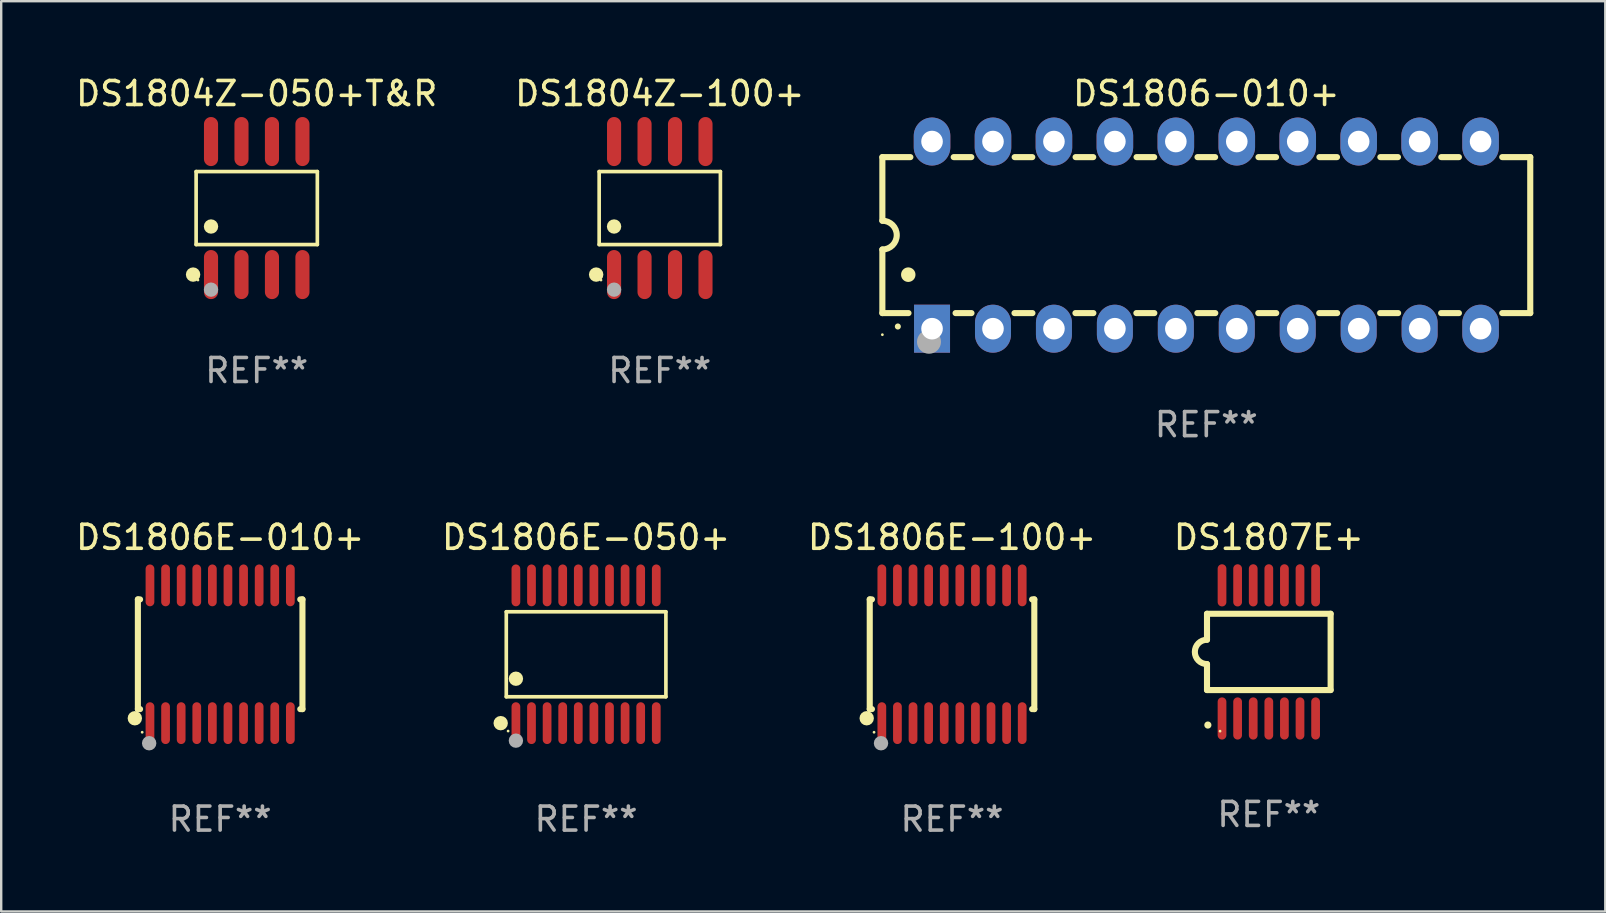
<source format=kicad_pcb>
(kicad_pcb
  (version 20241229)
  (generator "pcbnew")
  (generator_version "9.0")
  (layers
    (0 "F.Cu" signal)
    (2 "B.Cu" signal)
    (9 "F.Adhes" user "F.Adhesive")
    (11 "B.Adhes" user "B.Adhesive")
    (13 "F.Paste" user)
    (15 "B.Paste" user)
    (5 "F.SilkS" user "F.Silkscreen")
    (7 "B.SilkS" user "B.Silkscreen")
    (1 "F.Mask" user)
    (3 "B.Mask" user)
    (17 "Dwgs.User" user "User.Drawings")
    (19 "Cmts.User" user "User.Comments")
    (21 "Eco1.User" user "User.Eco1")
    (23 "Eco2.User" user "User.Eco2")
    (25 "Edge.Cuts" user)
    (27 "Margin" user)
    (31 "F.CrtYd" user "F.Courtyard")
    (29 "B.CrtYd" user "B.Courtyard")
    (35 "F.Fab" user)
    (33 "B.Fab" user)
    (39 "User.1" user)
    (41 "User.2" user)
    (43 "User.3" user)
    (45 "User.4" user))
  (footprint "DS1806E-100+"
    (layer "F.Cu")
    (at 36.625 24.216)
    (property "Reference" "DS1806E-100+" (at 0 -4.871 0) (layer "F.SilkS") (effects (font (size 1 1) (thickness 0.15))))
    (attr through_hole)
    (fp_line (start -3.429 -2.286) (end -3.429 2.286) (stroke (width 0.254) (type solid)) (layer "F.SilkS"))
    (fp_line (start -3.429 2.286) (end -3.338 2.286) (stroke (width 0.254) (type solid)) (layer "F.SilkS"))
    (fp_line (start -3.338 -2.286) (end -3.429 -2.286) (stroke (width 0.254) (type solid)) (layer "F.SilkS"))
    (fp_line (start 3.338 -2.286) (end 3.429 -2.286) (stroke (width 0.254) (type solid)) (layer "F.SilkS"))
    (fp_line (start 3.429 -2.286) (end 3.429 2.286) (stroke (width 0.254) (type solid)) (layer "F.SilkS"))
    (fp_line (start 3.429 2.286) (end 3.338 2.286) (stroke (width 0.254) (type solid)) (layer "F.SilkS"))
    (fp_circle (center -3.556 2.667) (end -3.406 2.667) (stroke (width 0.3) (type solid)) (fill no) (layer "F.SilkS"))
    (fp_circle (center -3.25 3.25) (end -3.22 3.25) (stroke (width 0.06) (type solid)) (fill no) (layer "F.SilkS"))
    (fp_circle (center -2.959 3.707) (end -2.808 3.707) (stroke (width 0.3) (type solid)) (fill no) (layer "F.Fab"))
    (fp_text user "REF**" (at 0 6.871 0) (layer "F.Fab") (effects (font (size 1 1) (thickness 0.15))))
    (pad "1" smd oval (at -2.925 2.871) (size 0.364 1.742) (layers "F.Cu" "F.Mask" "F.Paste"))
    (pad "2" smd oval (at -2.275 2.871) (size 0.364 1.742) (layers "F.Cu" "F.Mask" "F.Paste"))
    (pad "3" smd oval (at -1.625 2.871) (size 0.364 1.742) (layers "F.Cu" "F.Mask" "F.Paste"))
    (pad "4" smd oval (at -0.975 2.871) (size 0.364 1.742) (layers "F.Cu" "F.Mask" "F.Paste"))
    (pad "5" smd oval (at -0.325 2.871) (size 0.364 1.742) (layers "F.Cu" "F.Mask" "F.Paste"))
    (pad "6" smd oval (at 0.325 2.871) (size 0.364 1.742) (layers "F.Cu" "F.Mask" "F.Paste"))
    (pad "7" smd oval (at 0.975 2.871) (size 0.364 1.742) (layers "F.Cu" "F.Mask" "F.Paste"))
    (pad "8" smd oval (at 1.625 2.871) (size 0.364 1.742) (layers "F.Cu" "F.Mask" "F.Paste"))
    (pad "9" smd oval (at 2.275 2.871) (size 0.364 1.742) (layers "F.Cu" "F.Mask" "F.Paste"))
    (pad "10" smd oval (at 2.925 2.871) (size 0.364 1.742) (layers "F.Cu" "F.Mask" "F.Paste"))
    (pad "11" smd oval (at 2.925 -2.871) (size 0.364 1.742) (layers "F.Cu" "F.Mask" "F.Paste"))
    (pad "12" smd oval (at 2.275 -2.871) (size 0.364 1.742) (layers "F.Cu" "F.Mask" "F.Paste"))
    (pad "13" smd oval (at 1.625 -2.871) (size 0.364 1.742) (layers "F.Cu" "F.Mask" "F.Paste"))
    (pad "14" smd oval (at 0.975 -2.871) (size 0.364 1.742) (layers "F.Cu" "F.Mask" "F.Paste"))
    (pad "15" smd oval (at 0.325 -2.871) (size 0.364 1.742) (layers "F.Cu" "F.Mask" "F.Paste"))
    (pad "16" smd oval (at -0.325 -2.871) (size 0.364 1.742) (layers "F.Cu" "F.Mask" "F.Paste"))
    (pad "17" smd oval (at -0.975 -2.871) (size 0.364 1.742) (layers "F.Cu" "F.Mask" "F.Paste"))
    (pad "18" smd oval (at -1.625 -2.871) (size 0.364 1.742) (layers "F.Cu" "F.Mask" "F.Paste"))
    (pad "19" smd oval (at -2.275 -2.871) (size 0.364 1.742) (layers "F.Cu" "F.Mask" "F.Paste"))
    (pad "20" smd oval (at -2.925 -2.871) (size 0.364 1.742) (layers "F.Cu" "F.Mask" "F.Paste")))
  (footprint "DS1804Z-050+T&R"
    (layer "F.Cu")
    (at 7.649 5.621)
    (property "Reference" "DS1804Z-050+T&R" (at 0 -4.772 0) (layer "F.SilkS") (effects (font (size 1 1) (thickness 0.15))))
    (attr through_hole)
    (fp_line (start -2.526 -1.521) (end 2.526 -1.521) (stroke (width 0.152) (type solid)) (layer "F.SilkS"))
    (fp_line (start -2.526 1.521) (end -2.526 -1.521) (stroke (width 0.152) (type solid)) (layer "F.SilkS"))
    (fp_line (start 2.526 -1.521) (end 2.526 1.521) (stroke (width 0.152) (type solid)) (layer "F.SilkS"))
    (fp_line (start 2.526 1.521) (end -2.526 1.521) (stroke (width 0.152) (type solid)) (layer "F.SilkS"))
    (fp_circle (center -2.652 2.772) (end -2.501 2.772) (stroke (width 0.3) (type solid)) (fill no) (layer "F.SilkS"))
    (fp_circle (center -2.45 3) (end -2.42 3) (stroke (width 0.06) (type solid)) (fill no) (layer "F.SilkS"))
    (fp_circle (center -1.905 0.769) (end -1.755 0.769) (stroke (width 0.3) (type solid)) (fill no) (layer "F.SilkS"))
    (fp_circle (center -1.905 3.4) (end -1.755 3.4) (stroke (width 0.3) (type solid)) (fill no) (layer "F.Fab"))
    (fp_text user "REF**" (at 0 6.772 0) (layer "F.Fab") (effects (font (size 1 1) (thickness 0.15))))
    (pad "1" smd oval (at -1.905 2.772) (size 0.588 2.045) (layers "F.Cu" "F.Mask" "F.Paste"))
    (pad "2" smd oval (at -0.635 2.772) (size 0.588 2.045) (layers "F.Cu" "F.Mask" "F.Paste"))
    (pad "3" smd oval (at 0.635 2.772) (size 0.588 2.045) (layers "F.Cu" "F.Mask" "F.Paste"))
    (pad "4" smd oval (at 1.905 2.772) (size 0.588 2.045) (layers "F.Cu" "F.Mask" "F.Paste"))
    (pad "5" smd oval (at 1.905 -2.772) (size 0.588 2.045) (layers "F.Cu" "F.Mask" "F.Paste"))
    (pad "6" smd oval (at 0.635 -2.772) (size 0.588 2.045) (layers "F.Cu" "F.Mask" "F.Paste"))
    (pad "7" smd oval (at -0.635 -2.772) (size 0.588 2.045) (layers "F.Cu" "F.Mask" "F.Paste"))
    (pad "8" smd oval (at -1.905 -2.772) (size 0.588 2.045) (layers "F.Cu" "F.Mask" "F.Paste")))
  (footprint "DS1806E-010+"
    (layer "F.Cu")
    (at 6.125 24.216)
    (property "Reference" "DS1806E-010+" (at 0 -4.871 0) (layer "F.SilkS") (effects (font (size 1 1) (thickness 0.15))))
    (attr through_hole)
    (fp_line (start -3.429 -2.286) (end -3.429 2.286) (stroke (width 0.254) (type solid)) (layer "F.SilkS"))
    (fp_line (start -3.429 2.286) (end -3.338 2.286) (stroke (width 0.254) (type solid)) (layer "F.SilkS"))
    (fp_line (start -3.338 -2.286) (end -3.429 -2.286) (stroke (width 0.254) (type solid)) (layer "F.SilkS"))
    (fp_line (start 3.338 -2.286) (end 3.429 -2.286) (stroke (width 0.254) (type solid)) (layer "F.SilkS"))
    (fp_line (start 3.429 -2.286) (end 3.429 2.286) (stroke (width 0.254) (type solid)) (layer "F.SilkS"))
    (fp_line (start 3.429 2.286) (end 3.338 2.286) (stroke (width 0.254) (type solid)) (layer "F.SilkS"))
    (fp_circle (center -3.556 2.667) (end -3.406 2.667) (stroke (width 0.3) (type solid)) (fill no) (layer "F.SilkS"))
    (fp_circle (center -3.25 3.25) (end -3.22 3.25) (stroke (width 0.06) (type solid)) (fill no) (layer "F.SilkS"))
    (fp_circle (center -2.959 3.707) (end -2.808 3.707) (stroke (width 0.3) (type solid)) (fill no) (layer "F.Fab"))
    (fp_text user "REF**" (at 0 6.871 0) (layer "F.Fab") (effects (font (size 1 1) (thickness 0.15))))
    (pad "1" smd oval (at -2.925 2.871) (size 0.364 1.742) (layers "F.Cu" "F.Mask" "F.Paste"))
    (pad "2" smd oval (at -2.275 2.871) (size 0.364 1.742) (layers "F.Cu" "F.Mask" "F.Paste"))
    (pad "3" smd oval (at -1.625 2.871) (size 0.364 1.742) (layers "F.Cu" "F.Mask" "F.Paste"))
    (pad "4" smd oval (at -0.975 2.871) (size 0.364 1.742) (layers "F.Cu" "F.Mask" "F.Paste"))
    (pad "5" smd oval (at -0.325 2.871) (size 0.364 1.742) (layers "F.Cu" "F.Mask" "F.Paste"))
    (pad "6" smd oval (at 0.325 2.871) (size 0.364 1.742) (layers "F.Cu" "F.Mask" "F.Paste"))
    (pad "7" smd oval (at 0.975 2.871) (size 0.364 1.742) (layers "F.Cu" "F.Mask" "F.Paste"))
    (pad "8" smd oval (at 1.625 2.871) (size 0.364 1.742) (layers "F.Cu" "F.Mask" "F.Paste"))
    (pad "9" smd oval (at 2.275 2.871) (size 0.364 1.742) (layers "F.Cu" "F.Mask" "F.Paste"))
    (pad "10" smd oval (at 2.925 2.871) (size 0.364 1.742) (layers "F.Cu" "F.Mask" "F.Paste"))
    (pad "11" smd oval (at 2.925 -2.871) (size 0.364 1.742) (layers "F.Cu" "F.Mask" "F.Paste"))
    (pad "12" smd oval (at 2.275 -2.871) (size 0.364 1.742) (layers "F.Cu" "F.Mask" "F.Paste"))
    (pad "13" smd oval (at 1.625 -2.871) (size 0.364 1.742) (layers "F.Cu" "F.Mask" "F.Paste"))
    (pad "14" smd oval (at 0.975 -2.871) (size 0.364 1.742) (layers "F.Cu" "F.Mask" "F.Paste"))
    (pad "15" smd oval (at 0.325 -2.871) (size 0.364 1.742) (layers "F.Cu" "F.Mask" "F.Paste"))
    (pad "16" smd oval (at -0.325 -2.871) (size 0.364 1.742) (layers "F.Cu" "F.Mask" "F.Paste"))
    (pad "17" smd oval (at -0.975 -2.871) (size 0.364 1.742) (layers "F.Cu" "F.Mask" "F.Paste"))
    (pad "18" smd oval (at -1.625 -2.871) (size 0.364 1.742) (layers "F.Cu" "F.Mask" "F.Paste"))
    (pad "19" smd oval (at -2.275 -2.871) (size 0.364 1.742) (layers "F.Cu" "F.Mask" "F.Paste"))
    (pad "20" smd oval (at -2.925 -2.871) (size 0.364 1.742) (layers "F.Cu" "F.Mask" "F.Paste")))
  (footprint "DS1806-010+"
    (layer "F.Cu")
    (at 47.222 6.748)
    (property "Reference" "DS1806-010+" (at 0 -5.9 0) (layer "F.SilkS") (effects (font (size 1 1) (thickness 0.15))))
    (attr through_hole)
    (fp_line (start -13.5 -3.25) (end -12.333 -3.25) (stroke (width 0.254) (type solid)) (layer "F.SilkS"))
    (fp_line (start -13.5 -0.6) (end -13.5 -3.25) (stroke (width 0.254) (type solid)) (layer "F.SilkS"))
    (fp_line (start -13.5 3.25) (end -13.5 0.6) (stroke (width 0.254) (type solid)) (layer "F.SilkS"))
    (fp_line (start -13.5 3.25) (end -12.411 3.25) (stroke (width 0.254) (type solid)) (layer "F.SilkS"))
    (fp_line (start -10.527 -3.25) (end -9.793 -3.25) (stroke (width 0.254) (type solid)) (layer "F.SilkS"))
    (fp_line (start -10.449 3.25) (end -9.786 3.25) (stroke (width 0.254) (type solid)) (layer "F.SilkS"))
    (fp_line (start -7.994 3.25) (end -7.246 3.25) (stroke (width 0.254) (type solid)) (layer "F.SilkS"))
    (fp_line (start -7.987 -3.25) (end -7.253 -3.25) (stroke (width 0.254) (type solid)) (layer "F.SilkS"))
    (fp_line (start -5.454 3.25) (end -4.706 3.25) (stroke (width 0.254) (type solid)) (layer "F.SilkS"))
    (fp_line (start -5.447 -3.25) (end -4.713 -3.25) (stroke (width 0.254) (type solid)) (layer "F.SilkS"))
    (fp_line (start -2.914 3.25) (end -2.166 3.25) (stroke (width 0.254) (type solid)) (layer "F.SilkS"))
    (fp_line (start -2.907 -3.25) (end -2.173 -3.25) (stroke (width 0.254) (type solid)) (layer "F.SilkS"))
    (fp_line (start -0.374 3.25) (end 0.374 3.25) (stroke (width 0.254) (type solid)) (layer "F.SilkS"))
    (fp_line (start -0.367 -3.25) (end 0.367 -3.25) (stroke (width 0.254) (type solid)) (layer "F.SilkS"))
    (fp_line (start 2.166 3.25) (end 2.914 3.25) (stroke (width 0.254) (type solid)) (layer "F.SilkS"))
    (fp_line (start 2.173 -3.25) (end 2.907 -3.25) (stroke (width 0.254) (type solid)) (layer "F.SilkS"))
    (fp_line (start 4.706 3.25) (end 5.454 3.25) (stroke (width 0.254) (type solid)) (layer "F.SilkS"))
    (fp_line (start 4.713 -3.25) (end 5.447 -3.25) (stroke (width 0.254) (type solid)) (layer "F.SilkS"))
    (fp_line (start 7.246 3.25) (end 7.994 3.25) (stroke (width 0.254) (type solid)) (layer "F.SilkS"))
    (fp_line (start 7.253 -3.25) (end 7.987 -3.25) (stroke (width 0.254) (type solid)) (layer "F.SilkS"))
    (fp_line (start 9.786 3.25) (end 10.527 3.25) (stroke (width 0.254) (type solid)) (layer "F.SilkS"))
    (fp_line (start 9.793 -3.25) (end 10.527 -3.25) (stroke (width 0.254) (type solid)) (layer "F.SilkS"))
    (fp_line (start 12.333 -3.25) (end 13.5 -3.25) (stroke (width 0.254) (type solid)) (layer "F.SilkS"))
    (fp_line (start 12.333 3.25) (end 13.5 3.25) (stroke (width 0.254) (type solid)) (layer "F.SilkS"))
    (fp_line (start 13.5 -3.25) (end 13.5 3.25) (stroke (width 0.254) (type solid)) (layer "F.SilkS"))
    (fp_arc (start -13.500127 -0.599442) (mid -12.900406 0.000228) (end -13.500025 0.6) (stroke (width 0.254001) (type solid)) (layer "F.SilkS"))
    (fp_arc (start -12.854966 3.810008) (mid -12.854973 3.808738) (end -12.854966 3.807468) (stroke (width 0.25) (type solid)) (layer "F.SilkS"))
    (fp_arc (start -12.420625 1.651003) (mid -12.420636 1.648463) (end -12.420625 1.645923) (stroke (width 0.6) (type solid)) (layer "F.SilkS"))
    (fp_circle (center -13.5 4.15) (end -13.47 4.15) (stroke (width 0.06) (type solid)) (fill no) (layer "F.SilkS"))
    (fp_circle (center -11.557 4.445) (end -11.307 4.445) (stroke (width 0.5) (type solid)) (fill no) (layer "F.Fab"))
    (fp_text user "REF**" (at 0 7.9 0) (layer "F.Fab") (effects (font (size 1 1) (thickness 0.15))))
    (pad "1" thru_hole rect (at -11.43 3.9 90) (size 2 1.5) (drill 0.9) (layers "*.Cu" "*.Mask"))
    (pad "2" thru_hole oval (at -8.89 3.9 90) (size 2 1.5) (drill 0.9) (layers "*.Cu" "*.Mask"))
    (pad "3" thru_hole oval (at -6.35 3.9 90) (size 2 1.5) (drill 0.9) (layers "*.Cu" "*.Mask"))
    (pad "4" thru_hole oval (at -3.81 3.9 90) (size 2 1.5) (drill 0.9) (layers "*.Cu" "*.Mask"))
    (pad "5" thru_hole oval (at -1.27 3.9 90) (size 2 1.5) (drill 0.9) (layers "*.Cu" "*.Mask"))
    (pad "6" thru_hole oval (at 1.27 3.9 90) (size 2 1.5) (drill 0.9) (layers "*.Cu" "*.Mask"))
    (pad "7" thru_hole oval (at 3.81 3.9 90) (size 2 1.5) (drill 0.9) (layers "*.Cu" "*.Mask"))
    (pad "8" thru_hole oval (at 6.35 3.9 90) (size 2 1.5) (drill 0.9) (layers "*.Cu" "*.Mask"))
    (pad "9" thru_hole oval (at 8.89 3.9 90) (size 2 1.5) (drill 0.9) (layers "*.Cu" "*.Mask"))
    (pad "10" thru_hole oval (at 11.43 3.9 90) (size 2 1.524) (drill 0.9) (layers "*.Cu" "*.Mask"))
    (pad "11" thru_hole oval (at 11.43 -3.9 90) (size 2 1.524) (drill 0.9) (layers "*.Cu" "*.Mask"))
    (pad "12" thru_hole oval (at 8.89 -3.9 90) (size 2 1.524) (drill 0.9) (layers "*.Cu" "*.Mask"))
    (pad "13" thru_hole oval (at 6.35 -3.9 90) (size 2 1.524) (drill 0.9) (layers "*.Cu" "*.Mask"))
    (pad "14" thru_hole oval (at 3.81 -3.9 90) (size 2 1.524) (drill 0.9) (layers "*.Cu" "*.Mask"))
    (pad "15" thru_hole oval (at 1.27 -3.9 90) (size 2 1.524) (drill 0.9) (layers "*.Cu" "*.Mask"))
    (pad "16" thru_hole oval (at -1.27 -3.9 90) (size 2 1.524) (drill 0.9) (layers "*.Cu" "*.Mask"))
    (pad "17" thru_hole oval (at -3.81 -3.9 90) (size 2 1.524) (drill 0.9) (layers "*.Cu" "*.Mask"))
    (pad "18" thru_hole oval (at -6.35 -3.9 90) (size 2 1.524) (drill 0.9) (layers "*.Cu" "*.Mask"))
    (pad "19" thru_hole oval (at -8.89 -3.9 90) (size 2 1.524) (drill 0.9) (layers "*.Cu" "*.Mask"))
    (pad "20" thru_hole oval (at -11.43 -3.9 90) (size 2 1.524) (drill 0.9) (layers "*.Cu" "*.Mask")))
  (footprint "DS1807E+"
    (layer "F.Cu")
    (at 49.827 24.118)
    (property "Reference" "DS1807E+" (at 0 -4.774 0) (layer "F.SilkS") (effects (font (size 1 1) (thickness 0.15))))
    (attr through_hole)
    (fp_line (start -2.576 -1.59) (end -2.576 -0.508) (stroke (width 0.254) (type solid)) (layer "F.SilkS"))
    (fp_line (start -2.576 -1.59) (end 2.576 -1.59) (stroke (width 0.254) (type solid)) (layer "F.SilkS"))
    (fp_line (start -2.576 1.59) (end -2.576 0.508) (stroke (width 0.254) (type solid)) (layer "F.SilkS"))
    (fp_line (start 2.576 -1.59) (end 2.576 1.59) (stroke (width 0.254) (type solid)) (layer "F.SilkS"))
    (fp_line (start 2.576 1.59) (end -2.576 1.59) (stroke (width 0.254) (type solid)) (layer "F.SilkS"))
    (fp_arc (start -2.576099 0.506706) (mid -3.081511 0) (end -2.576098 -0.506706) (stroke (width 0.254001) (type solid)) (layer "F.SilkS"))
    (fp_circle (center -2.54 3.048) (end -2.465 3.048) (stroke (width 0.15) (type solid)) (fill no) (layer "F.SilkS"))
    (fp_circle (center -2.032 3.302) (end -2.002 3.302) (stroke (width 0.06) (type solid)) (fill no) (layer "F.SilkS"))
    (fp_text user "REF**" (at 0 6.774 0) (layer "F.Fab") (effects (font (size 1 1) (thickness 0.15))))
    (pad "1" smd oval (at -1.95 2.774) (size 0.364 1.758) (layers "F.Cu" "F.Mask" "F.Paste"))
    (pad "2" smd oval (at -1.3 2.774) (size 0.364 1.758) (layers "F.Cu" "F.Mask" "F.Paste"))
    (pad "3" smd oval (at -0.65 2.774) (size 0.364 1.758) (layers "F.Cu" "F.Mask" "F.Paste"))
    (pad "4" smd oval (at 0 2.774) (size 0.364 1.758) (layers "F.Cu" "F.Mask" "F.Paste"))
    (pad "5" smd oval (at 0.65 2.774) (size 0.364 1.758) (layers "F.Cu" "F.Mask" "F.Paste"))
    (pad "6" smd oval (at 1.3 2.774) (size 0.364 1.758) (layers "F.Cu" "F.Mask" "F.Paste"))
    (pad "7" smd oval (at 1.95 2.774) (size 0.364 1.758) (layers "F.Cu" "F.Mask" "F.Paste"))
    (pad "8" smd oval (at 1.95 -2.774) (size 0.364 1.758) (layers "F.Cu" "F.Mask" "F.Paste"))
    (pad "9" smd oval (at 1.3 -2.774) (size 0.364 1.758) (layers "F.Cu" "F.Mask" "F.Paste"))
    (pad "10" smd oval (at 0.65 -2.774) (size 0.364 1.758) (layers "F.Cu" "F.Mask" "F.Paste"))
    (pad "11" smd oval (at 0 -2.774) (size 0.364 1.758) (layers "F.Cu" "F.Mask" "F.Paste"))
    (pad "12" smd oval (at -0.65 -2.774) (size 0.364 1.758) (layers "F.Cu" "F.Mask" "F.Paste"))
    (pad "13" smd oval (at -1.3 -2.774) (size 0.364 1.758) (layers "F.Cu" "F.Mask" "F.Paste"))
    (pad "14" smd oval (at -1.95 -2.774) (size 0.364 1.758) (layers "F.Cu" "F.Mask" "F.Paste")))
  (footprint "DS1806E-050+"
    (layer "F.Cu")
    (at 21.375 24.216)
    (property "Reference" "DS1806E-050+" (at 0 -4.871 0) (layer "F.SilkS") (effects (font (size 1 1) (thickness 0.15))))
    (attr through_hole)
    (fp_line (start -3.326 -1.771) (end 3.326 -1.771) (stroke (width 0.152) (type solid)) (layer "F.SilkS"))
    (fp_line (start -3.326 1.771) (end -3.326 -1.771) (stroke (width 0.152) (type solid)) (layer "F.SilkS"))
    (fp_line (start 3.326 -1.771) (end 3.326 1.771) (stroke (width 0.152) (type solid)) (layer "F.SilkS"))
    (fp_line (start 3.326 1.771) (end -3.326 1.771) (stroke (width 0.152) (type solid)) (layer "F.SilkS"))
    (fp_circle (center -3.559 2.871) (end -3.409 2.871) (stroke (width 0.3) (type solid)) (fill no) (layer "F.SilkS"))
    (fp_circle (center -3.25 3.2) (end -3.22 3.2) (stroke (width 0.06) (type solid)) (fill no) (layer "F.SilkS"))
    (fp_circle (center -2.925 1.019) (end -2.775 1.019) (stroke (width 0.3) (type solid)) (fill no) (layer "F.SilkS"))
    (fp_circle (center -2.925 3.6) (end -2.775 3.6) (stroke (width 0.3) (type solid)) (fill no) (layer "F.Fab"))
    (fp_text user "REF**" (at 0 6.871 0) (layer "F.Fab") (effects (font (size 1 1) (thickness 0.15))))
    (pad "1" smd oval (at -2.925 2.871) (size 0.364 1.742) (layers "F.Cu" "F.Mask" "F.Paste"))
    (pad "2" smd oval (at -2.275 2.871) (size 0.364 1.742) (layers "F.Cu" "F.Mask" "F.Paste"))
    (pad "3" smd oval (at -1.625 2.871) (size 0.364 1.742) (layers "F.Cu" "F.Mask" "F.Paste"))
    (pad "4" smd oval (at -0.975 2.871) (size 0.364 1.742) (layers "F.Cu" "F.Mask" "F.Paste"))
    (pad "5" smd oval (at -0.325 2.871) (size 0.364 1.742) (layers "F.Cu" "F.Mask" "F.Paste"))
    (pad "6" smd oval (at 0.325 2.871) (size 0.364 1.742) (layers "F.Cu" "F.Mask" "F.Paste"))
    (pad "7" smd oval (at 0.975 2.871) (size 0.364 1.742) (layers "F.Cu" "F.Mask" "F.Paste"))
    (pad "8" smd oval (at 1.625 2.871) (size 0.364 1.742) (layers "F.Cu" "F.Mask" "F.Paste"))
    (pad "9" smd oval (at 2.275 2.871) (size 0.364 1.742) (layers "F.Cu" "F.Mask" "F.Paste"))
    (pad "10" smd oval (at 2.925 2.871) (size 0.364 1.742) (layers "F.Cu" "F.Mask" "F.Paste"))
    (pad "11" smd oval (at 2.925 -2.871) (size 0.364 1.742) (layers "F.Cu" "F.Mask" "F.Paste"))
    (pad "12" smd oval (at 2.275 -2.871) (size 0.364 1.742) (layers "F.Cu" "F.Mask" "F.Paste"))
    (pad "13" smd oval (at 1.625 -2.871) (size 0.364 1.742) (layers "F.Cu" "F.Mask" "F.Paste"))
    (pad "14" smd oval (at 0.975 -2.871) (size 0.364 1.742) (layers "F.Cu" "F.Mask" "F.Paste"))
    (pad "15" smd oval (at 0.325 -2.871) (size 0.364 1.742) (layers "F.Cu" "F.Mask" "F.Paste"))
    (pad "16" smd oval (at -0.325 -2.871) (size 0.364 1.742) (layers "F.Cu" "F.Mask" "F.Paste"))
    (pad "17" smd oval (at -0.975 -2.871) (size 0.364 1.742) (layers "F.Cu" "F.Mask" "F.Paste"))
    (pad "18" smd oval (at -1.625 -2.871) (size 0.364 1.742) (layers "F.Cu" "F.Mask" "F.Paste"))
    (pad "19" smd oval (at -2.275 -2.871) (size 0.364 1.742) (layers "F.Cu" "F.Mask" "F.Paste"))
    (pad "20" smd oval (at -2.925 -2.871) (size 0.364 1.742) (layers "F.Cu" "F.Mask" "F.Paste")))
  (footprint "DS1804Z-100+"
    (layer "F.Cu")
    (at 24.446 5.621)
    (property "Reference" "DS1804Z-100+" (at 0 -4.772 0) (layer "F.SilkS") (effects (font (size 1 1) (thickness 0.15))))
    (attr through_hole)
    (fp_line (start -2.526 -1.521) (end 2.526 -1.521) (stroke (width 0.152) (type solid)) (layer "F.SilkS"))
    (fp_line (start -2.526 1.521) (end -2.526 -1.521) (stroke (width 0.152) (type solid)) (layer "F.SilkS"))
    (fp_line (start 2.526 -1.521) (end 2.526 1.521) (stroke (width 0.152) (type solid)) (layer "F.SilkS"))
    (fp_line (start 2.526 1.521) (end -2.526 1.521) (stroke (width 0.152) (type solid)) (layer "F.SilkS"))
    (fp_circle (center -2.652 2.772) (end -2.501 2.772) (stroke (width 0.3) (type solid)) (fill no) (layer "F.SilkS"))
    (fp_circle (center -2.45 3) (end -2.42 3) (stroke (width 0.06) (type solid)) (fill no) (layer "F.SilkS"))
    (fp_circle (center -1.905 0.769) (end -1.755 0.769) (stroke (width 0.3) (type solid)) (fill no) (layer "F.SilkS"))
    (fp_circle (center -1.905 3.4) (end -1.755 3.4) (stroke (width 0.3) (type solid)) (fill no) (layer "F.Fab"))
    (fp_text user "REF**" (at 0 6.772 0) (layer "F.Fab") (effects (font (size 1 1) (thickness 0.15))))
    (pad "1" smd oval (at -1.905 2.772) (size 0.588 2.045) (layers "F.Cu" "F.Mask" "F.Paste"))
    (pad "2" smd oval (at -0.635 2.772) (size 0.588 2.045) (layers "F.Cu" "F.Mask" "F.Paste"))
    (pad "3" smd oval (at 0.635 2.772) (size 0.588 2.045) (layers "F.Cu" "F.Mask" "F.Paste"))
    (pad "4" smd oval (at 1.905 2.772) (size 0.588 2.045) (layers "F.Cu" "F.Mask" "F.Paste"))
    (pad "5" smd oval (at 1.905 -2.772) (size 0.588 2.045) (layers "F.Cu" "F.Mask" "F.Paste"))
    (pad "6" smd oval (at 0.635 -2.772) (size 0.588 2.045) (layers "F.Cu" "F.Mask" "F.Paste"))
    (pad "7" smd oval (at -0.635 -2.772) (size 0.588 2.045) (layers "F.Cu" "F.Mask" "F.Paste"))
    (pad "8" smd oval (at -1.905 -2.772) (size 0.588 2.045) (layers "F.Cu" "F.Mask" "F.Paste")))
  (gr_rect
    (start -3 -3)
    (end 63.849 34.935)
    (stroke (width 0.1) (type default))
    (fill no)
    (layer "Edge.Cuts")))
</source>
